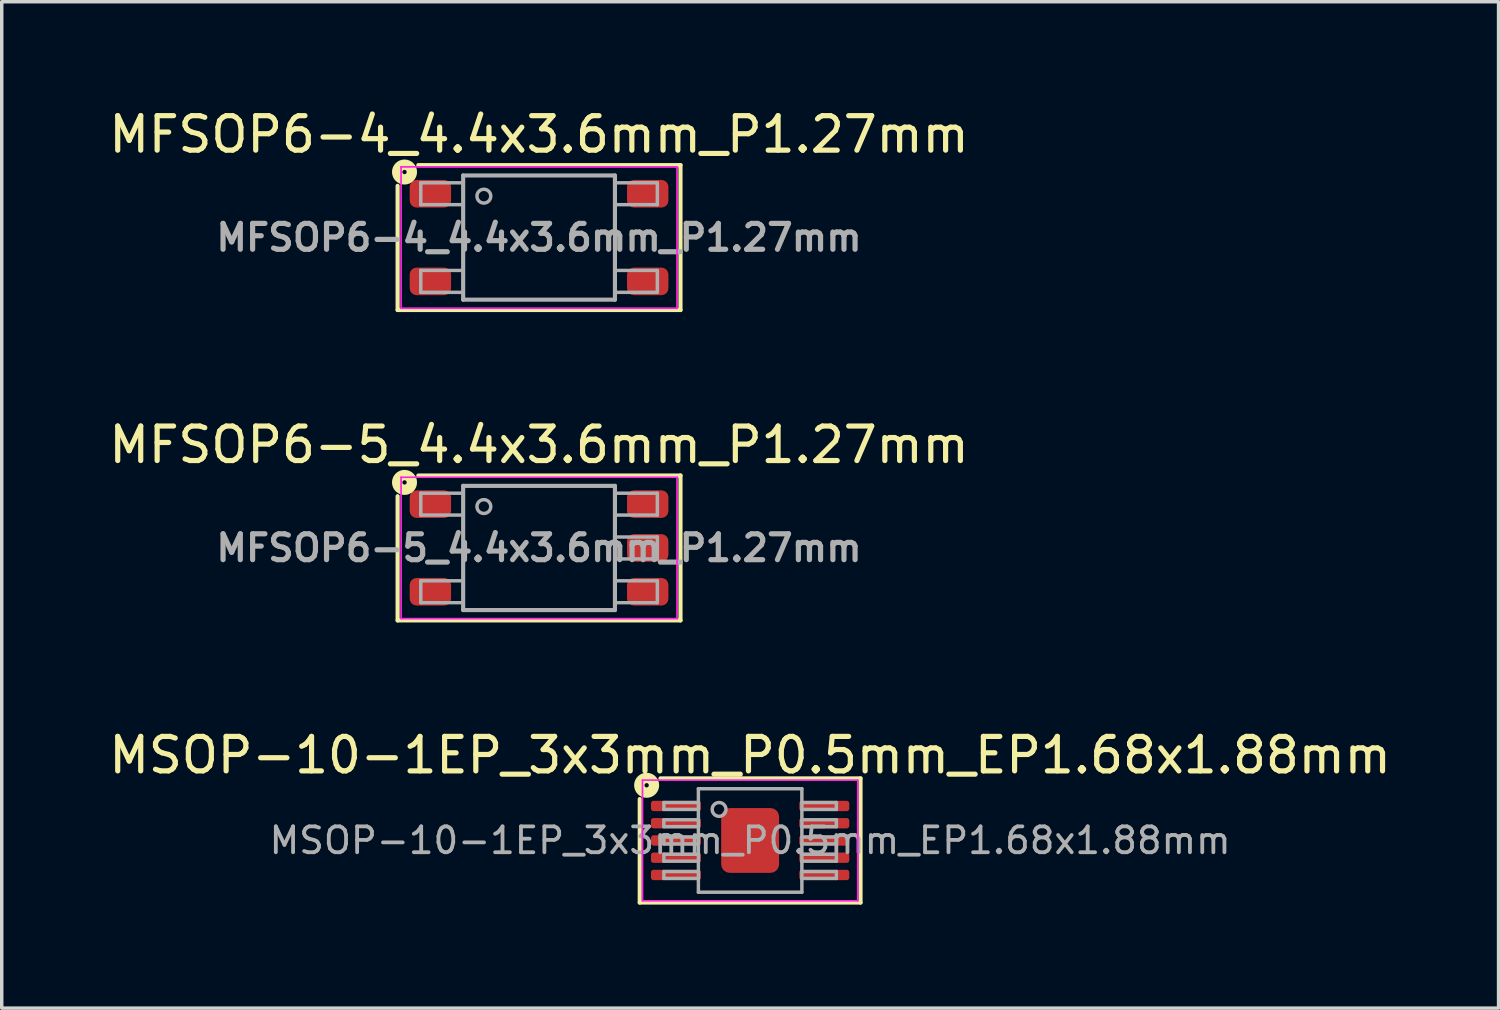
<source format=kicad_pcb>
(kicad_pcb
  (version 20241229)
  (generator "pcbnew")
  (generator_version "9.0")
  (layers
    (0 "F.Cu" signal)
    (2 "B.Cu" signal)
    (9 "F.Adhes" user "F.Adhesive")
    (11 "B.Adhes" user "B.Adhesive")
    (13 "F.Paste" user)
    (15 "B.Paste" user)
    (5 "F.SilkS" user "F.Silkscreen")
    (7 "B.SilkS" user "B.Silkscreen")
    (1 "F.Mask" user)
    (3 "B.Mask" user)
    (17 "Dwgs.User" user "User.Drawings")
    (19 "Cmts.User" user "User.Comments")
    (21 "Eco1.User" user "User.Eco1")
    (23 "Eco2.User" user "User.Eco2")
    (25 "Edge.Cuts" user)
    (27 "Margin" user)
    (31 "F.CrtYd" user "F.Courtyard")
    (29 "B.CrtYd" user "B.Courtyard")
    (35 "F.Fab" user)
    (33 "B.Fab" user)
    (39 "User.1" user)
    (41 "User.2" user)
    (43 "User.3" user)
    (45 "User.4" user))
  (footprint "MFSOP6-5_4.4x3.6mm_P1.27mm"
    (layer "F.Cu")
    (at 12.577 12.835)
    (property "Reference" "MFSOP6-5_4.4x3.6mm_P1.27mm" (at 0 -2.989 0) (layer "F.SilkS") (effects (font (size 1 1) (thickness 0.15))))
    (attr smd)
    (fp_line (start -4.1 2.1) (end -4.1 -1.5) (stroke (width 0.12) (type solid)) (layer "F.SilkS"))
    (fp_line (start -3.5 -2.1) (end 4.1 -2.1) (stroke (width 0.12) (type solid)) (layer "F.SilkS"))
    (fp_line (start 4.1 -2.1) (end 4.1 2.1) (stroke (width 0.12) (type solid)) (layer "F.SilkS"))
    (fp_line (start 4.1 2.1) (end -4.1 2.1) (stroke (width 0.12) (type solid)) (layer "F.SilkS"))
    (fp_circle (center -3.9 -1.9) (end -3.837 -1.9) (stroke (width 0.3) (type solid)) (fill no) (layer "F.SilkS"))
    (fp_line (start -4 -2.05) (end -4 2.05) (stroke (width 0.05) (type solid)) (layer "F.CrtYd"))
    (fp_line (start -4 -2.05) (end 4 -2.05) (stroke (width 0.05) (type solid)) (layer "F.CrtYd"))
    (fp_line (start 4 2.05) (end -4 2.05) (stroke (width 0.05) (type solid)) (layer "F.CrtYd"))
    (fp_line (start 4 2.05) (end 4 -2.05) (stroke (width 0.05) (type solid)) (layer "F.CrtYd"))
    (fp_line (start -3.429 -1.587) (end -3.429 -0.953) (stroke (width 0.1) (type solid)) (layer "F.Fab"))
    (fp_line (start -3.429 -1.587) (end -2.223 -1.587) (stroke (width 0.1) (type solid)) (layer "F.Fab"))
    (fp_line (start -3.429 -0.953) (end -2.223 -0.953) (stroke (width 0.1) (type solid)) (layer "F.Fab"))
    (fp_line (start -3.429 0.953) (end -3.429 1.587) (stroke (width 0.1) (type solid)) (layer "F.Fab"))
    (fp_line (start -3.429 0.953) (end -2.223 0.953) (stroke (width 0.1) (type solid)) (layer "F.Fab"))
    (fp_line (start -3.429 1.587) (end -2.223 1.587) (stroke (width 0.1) (type solid)) (layer "F.Fab"))
    (fp_line (start -2.2 -1.8) (end -2.2 1.8) (stroke (width 0.12) (type solid)) (layer "F.Fab"))
    (fp_line (start -2.2 1.8) (end 2.2 1.8) (stroke (width 0.12) (type solid)) (layer "F.Fab"))
    (fp_line (start 2.2 -1.8) (end -2.2 -1.8) (stroke (width 0.12) (type solid)) (layer "F.Fab"))
    (fp_line (start 2.2 1.8) (end 2.2 -1.8) (stroke (width 0.12) (type solid)) (layer "F.Fab"))
    (fp_line (start 3.429 -1.587) (end 2.223 -1.587) (stroke (width 0.1) (type solid)) (layer "F.Fab"))
    (fp_line (start 3.429 -0.953) (end 2.223 -0.953) (stroke (width 0.1) (type solid)) (layer "F.Fab"))
    (fp_line (start 3.429 -0.953) (end 3.429 -1.587) (stroke (width 0.1) (type solid)) (layer "F.Fab"))
    (fp_line (start 3.429 -0.318) (end 2.223 -0.318) (stroke (width 0.1) (type solid)) (layer "F.Fab"))
    (fp_line (start 3.429 0.318) (end 2.223 0.318) (stroke (width 0.1) (type solid)) (layer "F.Fab"))
    (fp_line (start 3.429 0.318) (end 3.429 -0.318) (stroke (width 0.1) (type solid)) (layer "F.Fab"))
    (fp_line (start 3.429 0.953) (end 2.223 0.953) (stroke (width 0.1) (type solid)) (layer "F.Fab"))
    (fp_line (start 3.429 1.587) (end 2.223 1.587) (stroke (width 0.1) (type solid)) (layer "F.Fab"))
    (fp_line (start 3.429 1.587) (end 3.429 0.953) (stroke (width 0.1) (type solid)) (layer "F.Fab"))
    (fp_circle (center -1.6 -1.2) (end -1.4 -1.2) (stroke (width 0.1) (type solid)) (fill no) (layer "F.Fab"))
    (fp_text user "${REFERENCE}" (at 0 0 0) (layer "F.Fab") (effects (font (size 0.75 0.75) (thickness 0.15))))
    (pad "1" smd roundrect (at -3.15 -1.27) (size 1.2 0.8) (layers "F.Cu" "F.Mask" "F.Paste") (roundrect_rratio 0.25))
    (pad "3" smd roundrect (at -3.15 1.27) (size 1.2 0.8) (layers "F.Cu" "F.Mask" "F.Paste") (roundrect_rratio 0.25))
    (pad "4" smd roundrect (at 3.15 1.27) (size 1.2 0.8) (layers "F.Cu" "F.Mask" "F.Paste") (roundrect_rratio 0.25))
    (pad "5" smd roundrect (at 3.15 0) (size 1.2 0.8) (layers "F.Cu" "F.Mask" "F.Paste") (roundrect_rratio 0.25))
    (pad "6" smd roundrect (at 3.15 -1.27) (size 1.2 0.8) (layers "F.Cu" "F.Mask" "F.Paste") (roundrect_rratio 0.25)))
  (footprint "MFSOP6-4_4.4x3.6mm_P1.27mm"
    (layer "F.Cu")
    (at 12.577 3.837)
    (property "Reference" "MFSOP6-4_4.4x3.6mm_P1.27mm" (at 0 -2.989 0) (layer "F.SilkS") (effects (font (size 1 1) (thickness 0.15))))
    (attr smd)
    (fp_line (start -4.1 2.1) (end -4.1 -1.5) (stroke (width 0.12) (type solid)) (layer "F.SilkS"))
    (fp_line (start -3.5 -2.1) (end 4.1 -2.1) (stroke (width 0.12) (type solid)) (layer "F.SilkS"))
    (fp_line (start 4.1 -2.1) (end 4.1 2.1) (stroke (width 0.12) (type solid)) (layer "F.SilkS"))
    (fp_line (start 4.1 2.1) (end -4.1 2.1) (stroke (width 0.12) (type solid)) (layer "F.SilkS"))
    (fp_circle (center -3.9 -1.9) (end -3.837 -1.9) (stroke (width 0.3) (type solid)) (fill no) (layer "F.SilkS"))
    (fp_line (start -4 -2.05) (end -4 2.05) (stroke (width 0.05) (type solid)) (layer "F.CrtYd"))
    (fp_line (start -4 -2.05) (end 4 -2.05) (stroke (width 0.05) (type solid)) (layer "F.CrtYd"))
    (fp_line (start 4 2.05) (end -4 2.05) (stroke (width 0.05) (type solid)) (layer "F.CrtYd"))
    (fp_line (start 4 2.05) (end 4 -2.05) (stroke (width 0.05) (type solid)) (layer "F.CrtYd"))
    (fp_line (start -3.429 -1.587) (end -3.429 -0.953) (stroke (width 0.1) (type solid)) (layer "F.Fab"))
    (fp_line (start -3.429 -1.587) (end -2.223 -1.587) (stroke (width 0.1) (type solid)) (layer "F.Fab"))
    (fp_line (start -3.429 -0.953) (end -2.223 -0.953) (stroke (width 0.1) (type solid)) (layer "F.Fab"))
    (fp_line (start -3.429 0.953) (end -3.429 1.587) (stroke (width 0.1) (type solid)) (layer "F.Fab"))
    (fp_line (start -3.429 0.953) (end -2.223 0.953) (stroke (width 0.1) (type solid)) (layer "F.Fab"))
    (fp_line (start -3.429 1.587) (end -2.223 1.587) (stroke (width 0.1) (type solid)) (layer "F.Fab"))
    (fp_line (start -2.2 -1.8) (end -2.2 1.8) (stroke (width 0.12) (type solid)) (layer "F.Fab"))
    (fp_line (start -2.2 1.8) (end 2.2 1.8) (stroke (width 0.12) (type solid)) (layer "F.Fab"))
    (fp_line (start 2.2 -1.8) (end -2.2 -1.8) (stroke (width 0.12) (type solid)) (layer "F.Fab"))
    (fp_line (start 2.2 1.8) (end 2.2 -1.8) (stroke (width 0.12) (type solid)) (layer "F.Fab"))
    (fp_line (start 3.429 -1.587) (end 2.223 -1.587) (stroke (width 0.1) (type solid)) (layer "F.Fab"))
    (fp_line (start 3.429 -0.953) (end 2.223 -0.953) (stroke (width 0.1) (type solid)) (layer "F.Fab"))
    (fp_line (start 3.429 -0.953) (end 3.429 -1.587) (stroke (width 0.1) (type solid)) (layer "F.Fab"))
    (fp_line (start 3.429 0.953) (end 2.223 0.953) (stroke (width 0.1) (type solid)) (layer "F.Fab"))
    (fp_line (start 3.429 1.587) (end 2.223 1.587) (stroke (width 0.1) (type solid)) (layer "F.Fab"))
    (fp_line (start 3.429 1.587) (end 3.429 0.953) (stroke (width 0.1) (type solid)) (layer "F.Fab"))
    (fp_circle (center -1.6 -1.2) (end -1.4 -1.2) (stroke (width 0.1) (type solid)) (fill no) (layer "F.Fab"))
    (fp_text user "${REFERENCE}" (at 0 0 0) (layer "F.Fab") (effects (font (size 0.75 0.75) (thickness 0.15))))
    (pad "1" smd roundrect (at -3.15 -1.27) (size 1.2 0.8) (layers "F.Cu" "F.Mask" "F.Paste") (roundrect_rratio 0.25))
    (pad "3" smd roundrect (at -3.15 1.27) (size 1.2 0.8) (layers "F.Cu" "F.Mask" "F.Paste") (roundrect_rratio 0.25))
    (pad "4" smd roundrect (at 3.15 1.27) (size 1.2 0.8) (layers "F.Cu" "F.Mask" "F.Paste") (roundrect_rratio 0.25))
    (pad "6" smd roundrect (at 3.15 -1.27) (size 1.2 0.8) (layers "F.Cu" "F.Mask" "F.Paste") (roundrect_rratio 0.25)))
  (footprint "MSOP-10-1EP_3x3mm_P0.5mm_EP1.68x1.88mm"
    (layer "F.Cu")
    (at 18.696 21.315)
    (property "Reference" "MSOP-10-1EP_3x3mm_P0.5mm_EP1.68x1.88mm" (at 0 -2.472 0) (layer "F.SilkS") (effects (font (size 1 1) (thickness 0.15))))
    (attr smd)
    (fp_line (start -3.2 1.8) (end -3.2 -1.2) (stroke (width 0.12) (type solid)) (layer "F.SilkS"))
    (fp_line (start -2.6 -1.8) (end 3.2 -1.8) (stroke (width 0.12) (type solid)) (layer "F.SilkS"))
    (fp_line (start 3.2 -1.8) (end 3.2 1.8) (stroke (width 0.12) (type solid)) (layer "F.SilkS"))
    (fp_line (start 3.2 1.8) (end -3.2 1.8) (stroke (width 0.12) (type solid)) (layer "F.SilkS"))
    (fp_circle (center -3 -1.6) (end -2.937 -1.6) (stroke (width 0.3) (type solid)) (fill no) (layer "F.SilkS"))
    (fp_line (start -3.12 -1.75) (end -3.12 1.75) (stroke (width 0.05) (type solid)) (layer "F.CrtYd"))
    (fp_line (start -3.12 1.75) (end 3.12 1.75) (stroke (width 0.05) (type solid)) (layer "F.CrtYd"))
    (fp_line (start 3.12 -1.75) (end -3.12 -1.75) (stroke (width 0.05) (type solid)) (layer "F.CrtYd"))
    (fp_line (start 3.12 1.75) (end 3.12 -1.75) (stroke (width 0.05) (type solid)) (layer "F.CrtYd"))
    (fp_line (start -2.5 -1.1) (end -2.5 -0.9) (stroke (width 0.1) (type solid)) (layer "F.Fab"))
    (fp_line (start -2.5 -1.1) (end -1.5 -1.1) (stroke (width 0.1) (type solid)) (layer "F.Fab"))
    (fp_line (start -2.5 -0.9) (end -1.5 -0.9) (stroke (width 0.1) (type solid)) (layer "F.Fab"))
    (fp_line (start -2.5 -0.6) (end -2.5 -0.4) (stroke (width 0.1) (type solid)) (layer "F.Fab"))
    (fp_line (start -2.5 -0.6) (end -1.5 -0.6) (stroke (width 0.1) (type solid)) (layer "F.Fab"))
    (fp_line (start -2.5 -0.4) (end -1.5 -0.4) (stroke (width 0.1) (type solid)) (layer "F.Fab"))
    (fp_line (start -2.5 -0.1) (end -2.5 0.1) (stroke (width 0.1) (type solid)) (layer "F.Fab"))
    (fp_line (start -2.5 -0.1) (end -1.5 -0.1) (stroke (width 0.1) (type solid)) (layer "F.Fab"))
    (fp_line (start -2.5 0.1) (end -1.5 0.1) (stroke (width 0.1) (type solid)) (layer "F.Fab"))
    (fp_line (start -2.5 0.4) (end -2.5 0.6) (stroke (width 0.1) (type solid)) (layer "F.Fab"))
    (fp_line (start -2.5 0.4) (end -1.5 0.4) (stroke (width 0.1) (type solid)) (layer "F.Fab"))
    (fp_line (start -2.5 0.6) (end -1.5 0.6) (stroke (width 0.1) (type solid)) (layer "F.Fab"))
    (fp_line (start -2.5 0.9) (end -2.5 1.1) (stroke (width 0.1) (type solid)) (layer "F.Fab"))
    (fp_line (start -2.5 0.9) (end -1.5 0.9) (stroke (width 0.1) (type solid)) (layer "F.Fab"))
    (fp_line (start -2.5 1.1) (end -1.5 1.1) (stroke (width 0.1) (type solid)) (layer "F.Fab"))
    (fp_line (start -1.5 -1.5) (end 1.5 -1.5) (stroke (width 0.1) (type solid)) (layer "F.Fab"))
    (fp_line (start -1.5 1.5) (end -1.5 -1.5) (stroke (width 0.1) (type solid)) (layer "F.Fab"))
    (fp_line (start 1.5 -1.5) (end 1.5 1.5) (stroke (width 0.1) (type solid)) (layer "F.Fab"))
    (fp_line (start 1.5 1.5) (end -1.5 1.5) (stroke (width 0.1) (type solid)) (layer "F.Fab"))
    (fp_line (start 2.5 -1.1) (end 1.5 -1.1) (stroke (width 0.1) (type solid)) (layer "F.Fab"))
    (fp_line (start 2.5 -0.9) (end 1.5 -0.9) (stroke (width 0.1) (type solid)) (layer "F.Fab"))
    (fp_line (start 2.5 -0.9) (end 2.5 -1.1) (stroke (width 0.1) (type solid)) (layer "F.Fab"))
    (fp_line (start 2.5 -0.6) (end 1.5 -0.6) (stroke (width 0.1) (type solid)) (layer "F.Fab"))
    (fp_line (start 2.5 -0.4) (end 1.5 -0.4) (stroke (width 0.1) (type solid)) (layer "F.Fab"))
    (fp_line (start 2.5 -0.4) (end 2.5 -0.6) (stroke (width 0.1) (type solid)) (layer "F.Fab"))
    (fp_line (start 2.5 -0.1) (end 1.5 -0.1) (stroke (width 0.1) (type solid)) (layer "F.Fab"))
    (fp_line (start 2.5 0.1) (end 1.5 0.1) (stroke (width 0.1) (type solid)) (layer "F.Fab"))
    (fp_line (start 2.5 0.1) (end 2.5 -0.1) (stroke (width 0.1) (type solid)) (layer "F.Fab"))
    (fp_line (start 2.5 0.4) (end 1.5 0.4) (stroke (width 0.1) (type solid)) (layer "F.Fab"))
    (fp_line (start 2.5 0.6) (end 1.5 0.6) (stroke (width 0.1) (type solid)) (layer "F.Fab"))
    (fp_line (start 2.5 0.6) (end 2.5 0.4) (stroke (width 0.1) (type solid)) (layer "F.Fab"))
    (fp_line (start 2.5 0.9) (end 1.5 0.9) (stroke (width 0.1) (type solid)) (layer "F.Fab"))
    (fp_line (start 2.5 1.1) (end 1.5 1.1) (stroke (width 0.1) (type solid)) (layer "F.Fab"))
    (fp_line (start 2.5 1.1) (end 2.5 0.9) (stroke (width 0.1) (type solid)) (layer "F.Fab"))
    (fp_circle (center -0.9 -0.9) (end -0.7 -0.9) (stroke (width 0.1) (type solid)) (fill no) (layer "F.Fab"))
    (fp_text user "${REFERENCE}" (at 0 0 0) (layer "F.Fab") (effects (font (size 0.75 0.75) (thickness 0.11))))
    (pad "" smd roundrect (at -0.42 -0.47) (size 0.68 0.76) (layers "F.Paste") (roundrect_rratio 0.25))
    (pad "" smd roundrect (at -0.42 0.47) (size 0.68 0.76) (layers "F.Paste") (roundrect_rratio 0.25))
    (pad "" smd roundrect (at 0.42 -0.47) (size 0.68 0.76) (layers "F.Paste") (roundrect_rratio 0.25))
    (pad "" smd roundrect (at 0.42 0.47) (size 0.68 0.76) (layers "F.Paste") (roundrect_rratio 0.25))
    (pad "1" smd roundrect (at -2.15 -1) (size 1.45 0.3) (layers "F.Cu" "F.Mask" "F.Paste") (roundrect_rratio 0.25))
    (pad "2" smd roundrect (at -2.15 -0.5) (size 1.45 0.3) (layers "F.Cu" "F.Mask" "F.Paste") (roundrect_rratio 0.25))
    (pad "3" smd roundrect (at -2.15 0) (size 1.45 0.3) (layers "F.Cu" "F.Mask" "F.Paste") (roundrect_rratio 0.25))
    (pad "4" smd roundrect (at -2.15 0.5) (size 1.45 0.3) (layers "F.Cu" "F.Mask" "F.Paste") (roundrect_rratio 0.25))
    (pad "5" smd roundrect (at -2.15 1) (size 1.45 0.3) (layers "F.Cu" "F.Mask" "F.Paste") (roundrect_rratio 0.25))
    (pad "6" smd roundrect (at 2.15 1) (size 1.45 0.3) (layers "F.Cu" "F.Mask" "F.Paste") (roundrect_rratio 0.25))
    (pad "7" smd roundrect (at 2.15 0.5) (size 1.45 0.3) (layers "F.Cu" "F.Mask" "F.Paste") (roundrect_rratio 0.25))
    (pad "8" smd roundrect (at 2.15 0) (size 1.45 0.3) (layers "F.Cu" "F.Mask" "F.Paste") (roundrect_rratio 0.25))
    (pad "9" smd roundrect (at 2.15 -0.5) (size 1.45 0.3) (layers "F.Cu" "F.Mask" "F.Paste") (roundrect_rratio 0.25))
    (pad "10" smd roundrect (at 2.15 -1) (size 1.45 0.3) (layers "F.Cu" "F.Mask" "F.Paste") (roundrect_rratio 0.25))
    (pad "11" smd roundrect (at 0 0) (size 1.68 1.88) (layers "F.Cu" "F.Mask") (roundrect_rratio 0.149)))
  (gr_rect
    (start -3 -3)
    (end 40.393 26.175)
    (stroke (width 0.1) (type default))
    (fill no)
    (layer "Edge.Cuts")))
</source>
